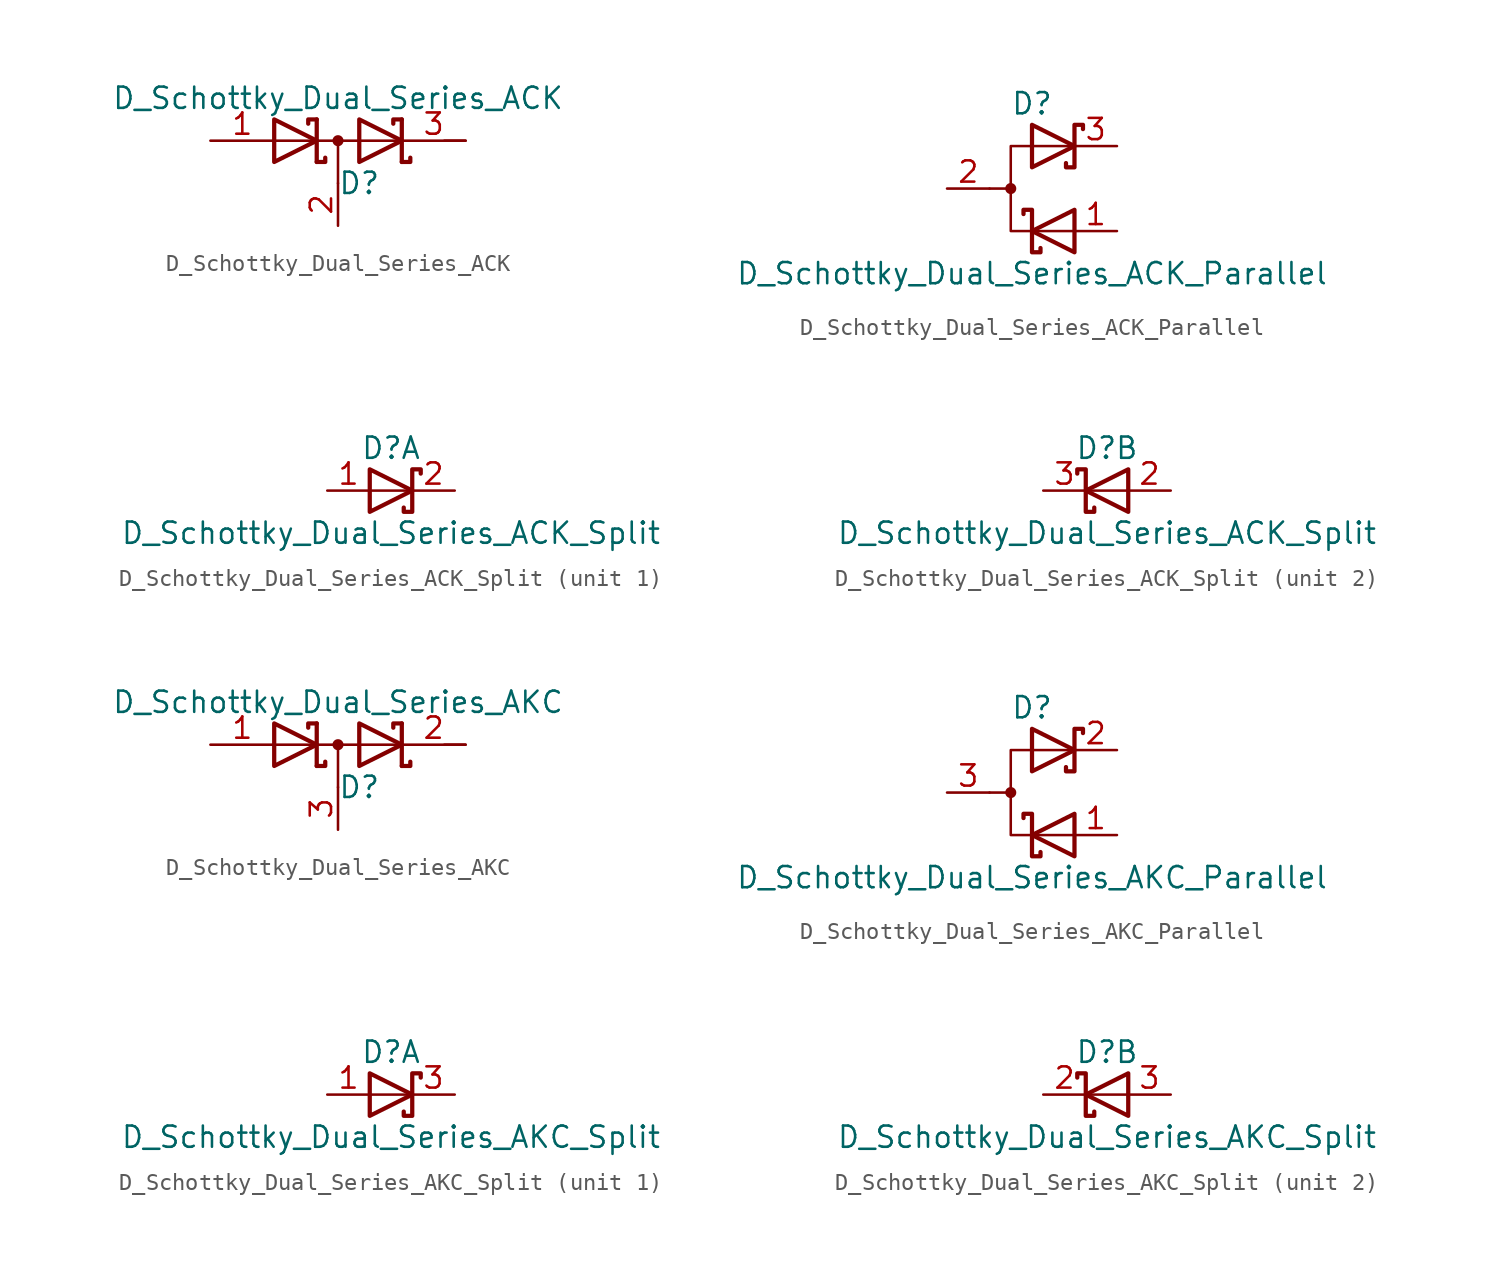
<source format=kicad_sym>
(kicad_symbol_lib
  (version 20241209)
  (generator "kicad_symbol_editor")
  (generator_version "9.0")
  (symbol "D_Schottky_Dual_Series_ACK"
    (pin_names
      (offset 0.762)
      (hide yes))
    (property "Reference" "D"
      (at 1.27 -2.54 0)
      (effects (font (size 1.27 1.27))))
    (property "Value" "D_Schottky_Dual_Series_ACK"
      (at 0 2.54 0)
      (effects (font (size 1.27 1.27))))
    (symbol "D_Schottky_Dual_Series_ACK_0_1"
      (polyline (pts (xy -3.81 1.27) (xy -1.27 0) (xy -3.81 -1.27) (xy -3.81 1.27) (xy -3.81 1.27) (xy -3.81 1.27)) (stroke (width 0.254) (type default)) (fill (type none)))
      (polyline (pts (xy -1.778 1.016) (xy -1.778 1.27) (xy -1.27 1.27) (xy -1.27 1.27) (xy -1.27 1.27)) (stroke (width 0.254) (type default)) (fill (type none)))
      (polyline (pts (xy -1.27 -1.27) (xy -1.27 1.27) (xy -1.27 1.27)) (stroke (width 0.254) (type default)) (fill (type none)))
      (polyline (pts (xy -1.27 -1.27) (xy -0.762 -1.27) (xy -0.762 -1.016) (xy -0.762 -1.016)) (stroke (width 0.254) (type default)) (fill (type none)))
      (polyline (pts (xy 0 0) (xy 0 -2.54)) (stroke (width 0) (type default)) (fill (type none)))
      (circle (center 0 0) (radius 0.254) (stroke (width 0) (type default)) (fill (type outline)))
      (polyline (pts (xy 1.27 1.27) (xy 3.81 0) (xy 1.27 -1.27) (xy 1.27 1.27) (xy 1.27 1.27) (xy 1.27 1.27)) (stroke (width 0.254) (type default)) (fill (type none)))
      (polyline (pts (xy 3.81 1.27) (xy 3.81 -1.27) (xy 3.81 -1.27)) (stroke (width 0.254) (type default)) (fill (type none)))
      (polyline (pts (xy 3.81 1.27) (xy 3.302 1.27) (xy 3.302 1.016) (xy 3.302 1.016)) (stroke (width 0.254) (type default)) (fill (type none)))
      (polyline (pts (xy 3.81 0) (xy -3.81 0)) (stroke (width 0) (type default)) (fill (type none)))
      (polyline (pts (xy 3.81 -1.27) (xy 4.318 -1.27) (xy 4.318 -1.016) (xy 4.318 -1.016)) (stroke (width 0.254) (type default)) (fill (type none)))
      (polyline (pts (xy 6.35 0) (xy 7.62 0)) (stroke (width 0) (type default)) (fill (type none)))
      (pin passive line (at -7.62 0 0) (length 3.81) (name "A" (effects (font (size 1.27 1.27)))) (number "1" (effects (font (size 1.27 1.27)))))
      (pin passive line (at 0 -5.08 90) (length 2.54) (name "common" (effects (font (size 1.27 1.27)))) (number "2" (effects (font (size 1.27 1.27)))))
      (pin passive line (at 7.62 0 180) (length 3.81) (name "K" (effects (font (size 1.27 1.27)))) (number "3" (effects (font (size 1.27 1.27)))))))
  (symbol "D_Schottky_Dual_Series_ACK_Parallel"
    (pin_names
      (offset 0.762)
      (hide yes))
    (property "Reference" "D"
      (at 0 5.08 0)
      (effects (font (size 1.27 1.27))))
    (property "Value" "D_Schottky_Dual_Series_ACK_Parallel"
      (at 0 -5.08 0)
      (effects (font (size 1.27 1.27))))
    (symbol "D_Schottky_Dual_Series_ACK_Parallel_0_1"
      (circle (center -1.27 0) (radius 0.254) (stroke (width 0) (type default)) (fill (type outline)))
      (polyline (pts (xy -1.27 0) (xy -2.54 0)) (stroke (width 0) (type default)) (fill (type none)))
      (polyline (pts (xy -0.508 -1.524) (xy -0.508 -1.27) (xy 0 -1.27) (xy 0 -3.81) (xy 0.508 -3.81) (xy 0.508 -3.556)) (stroke (width 0.254) (type default)) (fill (type none)))
      (polyline (pts (xy 0 3.81) (xy 2.54 2.54) (xy 0 1.27) (xy 0 3.81) (xy 0 3.81) (xy 0 3.81)) (stroke (width 0.254) (type default)) (fill (type none)))
      (polyline (pts (xy 2.54 2.54) (xy -1.27 2.54) (xy -1.27 -2.54) (xy 2.54 -2.54)) (stroke (width 0) (type default)) (fill (type none)))
      (polyline (pts (xy 2.54 -1.27) (xy 0 -2.54) (xy 2.54 -3.81) (xy 2.54 -1.27) (xy 2.54 -1.27) (xy 2.54 -1.27)) (stroke (width 0.254) (type default)) (fill (type none)))
      (polyline (pts (xy 3.048 3.556) (xy 3.048 3.81) (xy 2.54 3.81) (xy 2.54 1.27) (xy 2.032 1.27) (xy 2.032 1.524)) (stroke (width 0.254) (type default)) (fill (type none)))
      (pin passive line (at -5.08 0 0) (length 2.54) (name "A" (effects (font (size 1.27 1.27)))) (number "2" (effects (font (size 1.27 1.27)))))
      (pin passive line (at 5.08 2.54 180) (length 2.54) (name "K" (effects (font (size 1.27 1.27)))) (number "3" (effects (font (size 1.27 1.27)))))
      (pin passive line (at 5.08 -2.54 180) (length 2.54) (name "K" (effects (font (size 1.27 1.27)))) (number "1" (effects (font (size 1.27 1.27)))))))
  (symbol "D_Schottky_Dual_Series_ACK_Split"
    (pin_names
      (offset 0.762)
      (hide yes))
    (property "Reference" "D"
      (at 0 2.54 0)
      (effects (font (size 1.27 1.27))))
    (property "Value" "D_Schottky_Dual_Series_ACK_Split"
      (at 0 -2.54 0)
      (effects (font (size 1.27 1.27))))
    (property "ki_locked" ""
      (at 0 0 0)
      (effects (font (size 1.27 1.27))))
    (symbol "D_Schottky_Dual_Series_ACK_Split_0_1"
      (pin passive line (at 3.81 0 180) (length 2.54) (name "K" (effects (font (size 1.27 1.27)))) (number "2" (effects (font (size 1.27 1.27))))))
    (symbol "D_Schottky_Dual_Series_ACK_Split_1_1"
      (polyline (pts (xy -1.27 1.27) (xy 1.27 0) (xy -1.27 -1.27) (xy -1.27 1.27) (xy -1.27 1.27) (xy -1.27 1.27)) (stroke (width 0.254) (type default)) (fill (type none)))
      (polyline (pts (xy 1.27 0) (xy -1.27 0)) (stroke (width 0) (type default)) (fill (type none)))
      (polyline (pts (xy 1.778 1.016) (xy 1.778 1.27) (xy 1.27 1.27) (xy 1.27 -1.27) (xy 0.762 -1.27) (xy 0.762 -1.016)) (stroke (width 0.254) (type default)) (fill (type none)))
      (pin passive line (at -3.81 0 0) (length 2.54) (name "A" (effects (font (size 1.27 1.27)))) (number "1" (effects (font (size 1.27 1.27))))))
    (symbol "D_Schottky_Dual_Series_ACK_Split_2_1"
      (polyline (pts (xy -1.778 1.016) (xy -1.778 1.27) (xy -1.27 1.27) (xy -1.27 -1.27) (xy -0.762 -1.27) (xy -0.762 -1.016)) (stroke (width 0.254) (type default)) (fill (type none)))
      (polyline (pts (xy -1.27 0) (xy 1.27 0)) (stroke (width 0) (type default)) (fill (type none)))
      (polyline (pts (xy 1.27 1.27) (xy -1.27 0) (xy 1.27 -1.27) (xy 1.27 1.27) (xy 1.27 1.27) (xy 1.27 1.27)) (stroke (width 0.254) (type default)) (fill (type none)))
      (pin passive line (at -3.81 0 0) (length 2.54) (name "K" (effects (font (size 1.27 1.27)))) (number "3" (effects (font (size 1.27 1.27)))))))
  (symbol "D_Schottky_Dual_Series_AKC"
    (pin_names
      (offset 0.762)
      (hide yes))
    (property "Reference" "D"
      (at 1.27 -2.54 0)
      (effects (font (size 1.27 1.27))))
    (property "Value" "D_Schottky_Dual_Series_AKC"
      (at 0 2.54 0)
      (effects (font (size 1.27 1.27))))
    (symbol "D_Schottky_Dual_Series_AKC_0_1"
      (polyline (pts (xy -3.81 1.27) (xy -1.27 0) (xy -3.81 -1.27) (xy -3.81 1.27) (xy -3.81 1.27) (xy -3.81 1.27)) (stroke (width 0.254) (type default)) (fill (type none)))
      (polyline (pts (xy -3.81 0) (xy 3.81 0)) (stroke (width 0) (type default)) (fill (type none)))
      (polyline (pts (xy -1.778 1.016) (xy -1.778 1.27) (xy -1.27 1.27) (xy -1.27 1.27) (xy -1.27 1.27)) (stroke (width 0.254) (type default)) (fill (type none)))
      (polyline (pts (xy -1.27 -1.27) (xy -1.27 1.27) (xy -1.27 1.27)) (stroke (width 0.254) (type default)) (fill (type none)))
      (polyline (pts (xy -1.27 -1.27) (xy -0.762 -1.27) (xy -0.762 -1.016) (xy -0.762 -1.016)) (stroke (width 0.254) (type default)) (fill (type none)))
      (polyline (pts (xy 0 0) (xy 0 -2.54)) (stroke (width 0) (type default)) (fill (type none)))
      (circle (center 0 0) (radius 0.254) (stroke (width 0) (type default)) (fill (type outline)))
      (polyline (pts (xy 1.27 1.27) (xy 3.81 0) (xy 1.27 -1.27) (xy 1.27 1.27) (xy 1.27 1.27) (xy 1.27 1.27)) (stroke (width 0.254) (type default)) (fill (type none)))
      (polyline (pts (xy 3.81 1.27) (xy 3.81 -1.27) (xy 3.81 -1.27)) (stroke (width 0.254) (type default)) (fill (type none)))
      (polyline (pts (xy 3.81 1.27) (xy 3.302 1.27) (xy 3.302 1.016) (xy 3.302 1.016)) (stroke (width 0.254) (type default)) (fill (type none)))
      (polyline (pts (xy 3.81 -1.27) (xy 4.318 -1.27) (xy 4.318 -1.016) (xy 4.318 -1.016)) (stroke (width 0.254) (type default)) (fill (type none)))
      (polyline (pts (xy 6.35 0) (xy 7.62 0)) (stroke (width 0) (type default)) (fill (type none)))
      (pin passive line (at -7.62 0 0) (length 3.81) (name "A" (effects (font (size 1.27 1.27)))) (number "1" (effects (font (size 1.27 1.27)))))
      (pin passive line (at 0 -5.08 90) (length 2.54) (name "common" (effects (font (size 1.27 1.27)))) (number "3" (effects (font (size 1.27 1.27)))))
      (pin passive line (at 7.62 0 180) (length 3.81) (name "K" (effects (font (size 1.27 1.27)))) (number "2" (effects (font (size 1.27 1.27)))))))
  (symbol "D_Schottky_Dual_Series_AKC_Parallel"
    (pin_names
      (offset 0.762)
      (hide yes))
    (property "Reference" "D"
      (at 0 5.08 0)
      (effects (font (size 1.27 1.27))))
    (property "Value" "D_Schottky_Dual_Series_AKC_Parallel"
      (at 0 -5.08 0)
      (effects (font (size 1.27 1.27))))
    (symbol "D_Schottky_Dual_Series_AKC_Parallel_0_1"
      (circle (center -1.27 0) (radius 0.254) (stroke (width 0) (type default)) (fill (type outline)))
      (polyline (pts (xy -1.27 0) (xy -2.54 0)) (stroke (width 0) (type default)) (fill (type none)))
      (polyline (pts (xy -0.508 -1.524) (xy -0.508 -1.27) (xy 0 -1.27) (xy 0 -3.81) (xy 0.508 -3.81) (xy 0.508 -3.556)) (stroke (width 0.254) (type default)) (fill (type none)))
      (polyline (pts (xy 0 3.81) (xy 2.54 2.54) (xy 0 1.27) (xy 0 3.81) (xy 0 3.81) (xy 0 3.81)) (stroke (width 0.254) (type default)) (fill (type none)))
      (polyline (pts (xy 2.54 2.54) (xy -1.27 2.54) (xy -1.27 -2.54) (xy 2.54 -2.54)) (stroke (width 0) (type default)) (fill (type none)))
      (polyline (pts (xy 2.54 -1.27) (xy 0 -2.54) (xy 2.54 -3.81) (xy 2.54 -1.27) (xy 2.54 -1.27) (xy 2.54 -1.27)) (stroke (width 0.254) (type default)) (fill (type none)))
      (polyline (pts (xy 3.048 3.556) (xy 3.048 3.81) (xy 2.54 3.81) (xy 2.54 1.27) (xy 2.032 1.27) (xy 2.032 1.524)) (stroke (width 0.254) (type default)) (fill (type none)))
      (pin passive line (at -5.08 0 0) (length 2.54) (name "A" (effects (font (size 1.27 1.27)))) (number "3" (effects (font (size 1.27 1.27)))))
      (pin passive line (at 5.08 2.54 180) (length 2.54) (name "K" (effects (font (size 1.27 1.27)))) (number "2" (effects (font (size 1.27 1.27)))))
      (pin passive line (at 5.08 -2.54 180) (length 2.54) (name "K" (effects (font (size 1.27 1.27)))) (number "1" (effects (font (size 1.27 1.27)))))))
  (symbol "D_Schottky_Dual_Series_AKC_Split"
    (pin_names
      (offset 0.762)
      (hide yes))
    (property "Reference" "D"
      (at 0 2.54 0)
      (effects (font (size 1.27 1.27))))
    (property "Value" "D_Schottky_Dual_Series_AKC_Split"
      (at 0 -2.54 0)
      (effects (font (size 1.27 1.27))))
    (property "ki_locked" ""
      (at 0 0 0)
      (effects (font (size 1.27 1.27))))
    (symbol "D_Schottky_Dual_Series_AKC_Split_0_1"
      (pin passive line (at 3.81 0 180) (length 2.54) (name "K" (effects (font (size 1.27 1.27)))) (number "3" (effects (font (size 1.27 1.27))))))
    (symbol "D_Schottky_Dual_Series_AKC_Split_1_1"
      (polyline (pts (xy -1.27 1.27) (xy 1.27 0) (xy -1.27 -1.27) (xy -1.27 1.27) (xy -1.27 1.27) (xy -1.27 1.27)) (stroke (width 0.254) (type default)) (fill (type none)))
      (polyline (pts (xy 1.27 0) (xy -1.27 0)) (stroke (width 0) (type default)) (fill (type none)))
      (polyline (pts (xy 1.778 1.016) (xy 1.778 1.27) (xy 1.27 1.27) (xy 1.27 -1.27) (xy 0.762 -1.27) (xy 0.762 -1.016)) (stroke (width 0.254) (type default)) (fill (type none)))
      (pin passive line (at -3.81 0 0) (length 2.54) (name "A" (effects (font (size 1.27 1.27)))) (number "1" (effects (font (size 1.27 1.27))))))
    (symbol "D_Schottky_Dual_Series_AKC_Split_2_1"
      (polyline (pts (xy -1.778 1.016) (xy -1.778 1.27) (xy -1.27 1.27) (xy -1.27 -1.27) (xy -0.762 -1.27) (xy -0.762 -1.016)) (stroke (width 0.254) (type default)) (fill (type none)))
      (polyline (pts (xy -1.27 0) (xy 1.27 0)) (stroke (width 0) (type default)) (fill (type none)))
      (polyline (pts (xy 1.27 1.27) (xy -1.27 0) (xy 1.27 -1.27) (xy 1.27 1.27) (xy 1.27 1.27) (xy 1.27 1.27)) (stroke (width 0.254) (type default)) (fill (type none)))
      (pin passive line (at -3.81 0 0) (length 2.54) (name "K" (effects (font (size 1.27 1.27)))) (number "2" (effects (font (size 1.27 1.27))))))))
</source>
